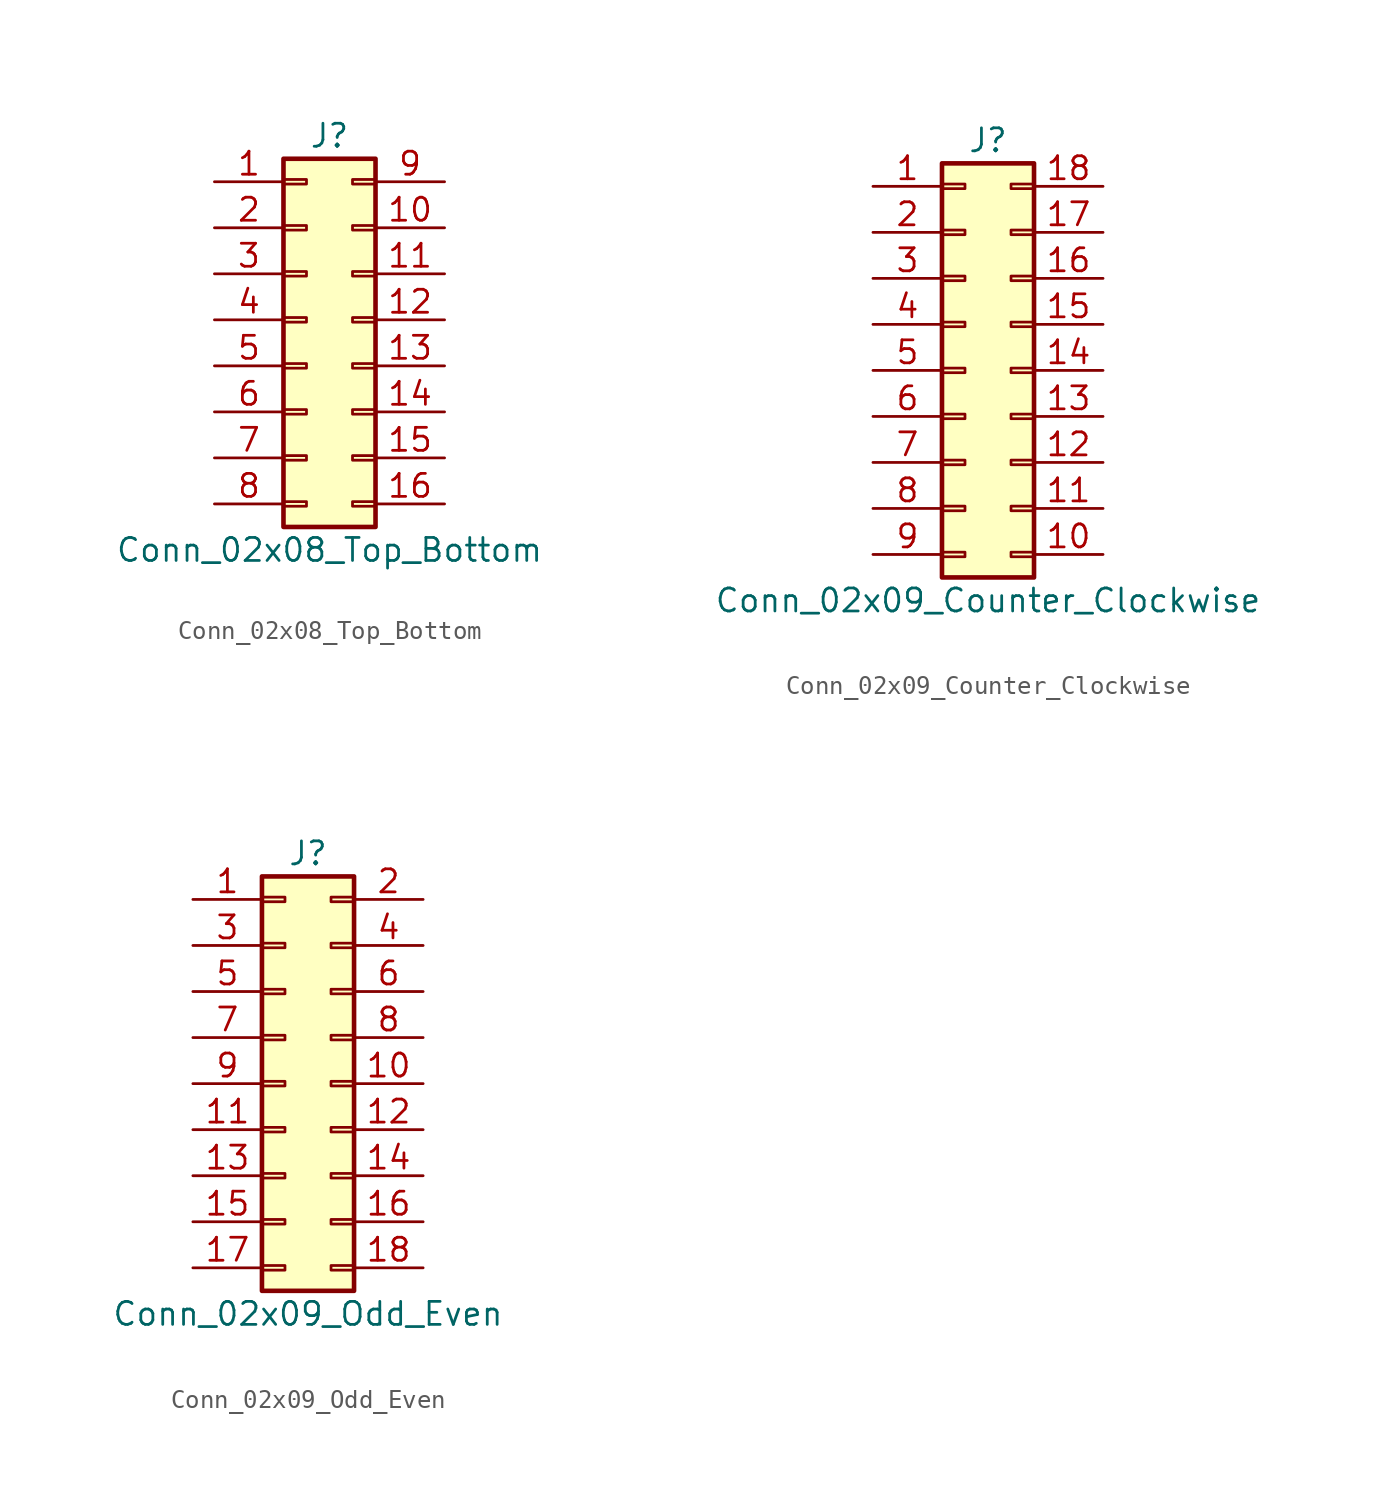
<source format=kicad_sym>
(kicad_symbol_lib
  (version 20220914)
  (generator kicad_symbol_editor)
  (symbol "Conn_02x08_Top_Bottom"
    (pin_names
      (offset 1.016) hide)
    (property "Reference" "J"
      (at 1.27 10.16 0)
      (effects (font (size 1.27 1.27))))
    (property "Value" "Conn_02x08_Top_Bottom"
      (at 1.27 -12.7 0)
      (effects (font (size 1.27 1.27))))
    (symbol "Conn_02x08_Top_Bottom_1_1"
      (rectangle (start -1.27 -10.033) (end 0 -10.287) (stroke (width 0.152) (type solid)) (fill (type none)))
      (rectangle (start -1.27 -7.493) (end 0 -7.747) (stroke (width 0.152) (type solid)) (fill (type none)))
      (rectangle (start -1.27 -4.953) (end 0 -5.207) (stroke (width 0.152) (type solid)) (fill (type none)))
      (rectangle (start -1.27 -2.413) (end 0 -2.667) (stroke (width 0.152) (type solid)) (fill (type none)))
      (rectangle (start -1.27 0.127) (end 0 -0.127) (stroke (width 0.152) (type solid)) (fill (type none)))
      (rectangle (start -1.27 2.667) (end 0 2.413) (stroke (width 0.152) (type solid)) (fill (type none)))
      (rectangle (start -1.27 5.207) (end 0 4.953) (stroke (width 0.152) (type solid)) (fill (type none)))
      (rectangle (start -1.27 7.747) (end 0 7.493) (stroke (width 0.152) (type solid)) (fill (type none)))
      (rectangle (start -1.27 8.89) (end 3.81 -11.43) (stroke (width 0.254) (type solid)) (fill (type background)))
      (rectangle (start 3.81 -10.033) (end 2.54 -10.287) (stroke (width 0.152) (type solid)) (fill (type none)))
      (rectangle (start 3.81 -7.493) (end 2.54 -7.747) (stroke (width 0.152) (type solid)) (fill (type none)))
      (rectangle (start 3.81 -4.953) (end 2.54 -5.207) (stroke (width 0.152) (type solid)) (fill (type none)))
      (rectangle (start 3.81 -2.413) (end 2.54 -2.667) (stroke (width 0.152) (type solid)) (fill (type none)))
      (rectangle (start 3.81 0.127) (end 2.54 -0.127) (stroke (width 0.152) (type solid)) (fill (type none)))
      (rectangle (start 3.81 2.667) (end 2.54 2.413) (stroke (width 0.152) (type solid)) (fill (type none)))
      (rectangle (start 3.81 5.207) (end 2.54 4.953) (stroke (width 0.152) (type solid)) (fill (type none)))
      (rectangle (start 3.81 7.747) (end 2.54 7.493) (stroke (width 0.152) (type solid)) (fill (type none)))
      (pin passive line (at -5.08 7.62 0) (length 3.81) (name "Pin_1" (effects (font (size 1.27 1.27)))) (number "1" (effects (font (size 1.27 1.27)))))
      (pin passive line (at 7.62 5.08 180) (length 3.81) (name "Pin_10" (effects (font (size 1.27 1.27)))) (number "10" (effects (font (size 1.27 1.27)))))
      (pin passive line (at 7.62 2.54 180) (length 3.81) (name "Pin_11" (effects (font (size 1.27 1.27)))) (number "11" (effects (font (size 1.27 1.27)))))
      (pin passive line (at 7.62 0 180) (length 3.81) (name "Pin_12" (effects (font (size 1.27 1.27)))) (number "12" (effects (font (size 1.27 1.27)))))
      (pin passive line (at 7.62 -2.54 180) (length 3.81) (name "Pin_13" (effects (font (size 1.27 1.27)))) (number "13" (effects (font (size 1.27 1.27)))))
      (pin passive line (at 7.62 -5.08 180) (length 3.81) (name "Pin_14" (effects (font (size 1.27 1.27)))) (number "14" (effects (font (size 1.27 1.27)))))
      (pin passive line (at 7.62 -7.62 180) (length 3.81) (name "Pin_15" (effects (font (size 1.27 1.27)))) (number "15" (effects (font (size 1.27 1.27)))))
      (pin passive line (at 7.62 -10.16 180) (length 3.81) (name "Pin_16" (effects (font (size 1.27 1.27)))) (number "16" (effects (font (size 1.27 1.27)))))
      (pin passive line (at -5.08 5.08 0) (length 3.81) (name "Pin_2" (effects (font (size 1.27 1.27)))) (number "2" (effects (font (size 1.27 1.27)))))
      (pin passive line (at -5.08 2.54 0) (length 3.81) (name "Pin_3" (effects (font (size 1.27 1.27)))) (number "3" (effects (font (size 1.27 1.27)))))
      (pin passive line (at -5.08 0 0) (length 3.81) (name "Pin_4" (effects (font (size 1.27 1.27)))) (number "4" (effects (font (size 1.27 1.27)))))
      (pin passive line (at -5.08 -2.54 0) (length 3.81) (name "Pin_5" (effects (font (size 1.27 1.27)))) (number "5" (effects (font (size 1.27 1.27)))))
      (pin passive line (at -5.08 -5.08 0) (length 3.81) (name "Pin_6" (effects (font (size 1.27 1.27)))) (number "6" (effects (font (size 1.27 1.27)))))
      (pin passive line (at -5.08 -7.62 0) (length 3.81) (name "Pin_7" (effects (font (size 1.27 1.27)))) (number "7" (effects (font (size 1.27 1.27)))))
      (pin passive line (at -5.08 -10.16 0) (length 3.81) (name "Pin_8" (effects (font (size 1.27 1.27)))) (number "8" (effects (font (size 1.27 1.27)))))
      (pin passive line (at 7.62 7.62 180) (length 3.81) (name "Pin_9" (effects (font (size 1.27 1.27)))) (number "9" (effects (font (size 1.27 1.27)))))))
  (symbol "Conn_02x09_Counter_Clockwise"
    (pin_names
      (offset 1.016) hide)
    (property "Reference" "J"
      (at 1.27 12.7 0)
      (effects (font (size 1.27 1.27))))
    (property "Value" "Conn_02x09_Counter_Clockwise"
      (at 1.27 -12.7 0)
      (effects (font (size 1.27 1.27))))
    (symbol "Conn_02x09_Counter_Clockwise_1_1"
      (rectangle (start -1.27 -10.033) (end 0 -10.287) (stroke (width 0.152) (type solid)) (fill (type none)))
      (rectangle (start -1.27 -7.493) (end 0 -7.747) (stroke (width 0.152) (type solid)) (fill (type none)))
      (rectangle (start -1.27 -4.953) (end 0 -5.207) (stroke (width 0.152) (type solid)) (fill (type none)))
      (rectangle (start -1.27 -2.413) (end 0 -2.667) (stroke (width 0.152) (type solid)) (fill (type none)))
      (rectangle (start -1.27 0.127) (end 0 -0.127) (stroke (width 0.152) (type solid)) (fill (type none)))
      (rectangle (start -1.27 2.667) (end 0 2.413) (stroke (width 0.152) (type solid)) (fill (type none)))
      (rectangle (start -1.27 5.207) (end 0 4.953) (stroke (width 0.152) (type solid)) (fill (type none)))
      (rectangle (start -1.27 7.747) (end 0 7.493) (stroke (width 0.152) (type solid)) (fill (type none)))
      (rectangle (start -1.27 10.287) (end 0 10.033) (stroke (width 0.152) (type solid)) (fill (type none)))
      (rectangle (start -1.27 11.43) (end 3.81 -11.43) (stroke (width 0.254) (type solid)) (fill (type background)))
      (rectangle (start 3.81 -10.033) (end 2.54 -10.287) (stroke (width 0.152) (type solid)) (fill (type none)))
      (rectangle (start 3.81 -7.493) (end 2.54 -7.747) (stroke (width 0.152) (type solid)) (fill (type none)))
      (rectangle (start 3.81 -4.953) (end 2.54 -5.207) (stroke (width 0.152) (type solid)) (fill (type none)))
      (rectangle (start 3.81 -2.413) (end 2.54 -2.667) (stroke (width 0.152) (type solid)) (fill (type none)))
      (rectangle (start 3.81 0.127) (end 2.54 -0.127) (stroke (width 0.152) (type solid)) (fill (type none)))
      (rectangle (start 3.81 2.667) (end 2.54 2.413) (stroke (width 0.152) (type solid)) (fill (type none)))
      (rectangle (start 3.81 5.207) (end 2.54 4.953) (stroke (width 0.152) (type solid)) (fill (type none)))
      (rectangle (start 3.81 7.747) (end 2.54 7.493) (stroke (width 0.152) (type solid)) (fill (type none)))
      (rectangle (start 3.81 10.287) (end 2.54 10.033) (stroke (width 0.152) (type solid)) (fill (type none)))
      (pin passive line (at -5.08 10.16 0) (length 3.81) (name "Pin_1" (effects (font (size 1.27 1.27)))) (number "1" (effects (font (size 1.27 1.27)))))
      (pin passive line (at 7.62 -10.16 180) (length 3.81) (name "Pin_10" (effects (font (size 1.27 1.27)))) (number "10" (effects (font (size 1.27 1.27)))))
      (pin passive line (at 7.62 -7.62 180) (length 3.81) (name "Pin_11" (effects (font (size 1.27 1.27)))) (number "11" (effects (font (size 1.27 1.27)))))
      (pin passive line (at 7.62 -5.08 180) (length 3.81) (name "Pin_12" (effects (font (size 1.27 1.27)))) (number "12" (effects (font (size 1.27 1.27)))))
      (pin passive line (at 7.62 -2.54 180) (length 3.81) (name "Pin_13" (effects (font (size 1.27 1.27)))) (number "13" (effects (font (size 1.27 1.27)))))
      (pin passive line (at 7.62 0 180) (length 3.81) (name "Pin_14" (effects (font (size 1.27 1.27)))) (number "14" (effects (font (size 1.27 1.27)))))
      (pin passive line (at 7.62 2.54 180) (length 3.81) (name "Pin_15" (effects (font (size 1.27 1.27)))) (number "15" (effects (font (size 1.27 1.27)))))
      (pin passive line (at 7.62 5.08 180) (length 3.81) (name "Pin_16" (effects (font (size 1.27 1.27)))) (number "16" (effects (font (size 1.27 1.27)))))
      (pin passive line (at 7.62 7.62 180) (length 3.81) (name "Pin_17" (effects (font (size 1.27 1.27)))) (number "17" (effects (font (size 1.27 1.27)))))
      (pin passive line (at 7.62 10.16 180) (length 3.81) (name "Pin_18" (effects (font (size 1.27 1.27)))) (number "18" (effects (font (size 1.27 1.27)))))
      (pin passive line (at -5.08 7.62 0) (length 3.81) (name "Pin_2" (effects (font (size 1.27 1.27)))) (number "2" (effects (font (size 1.27 1.27)))))
      (pin passive line (at -5.08 5.08 0) (length 3.81) (name "Pin_3" (effects (font (size 1.27 1.27)))) (number "3" (effects (font (size 1.27 1.27)))))
      (pin passive line (at -5.08 2.54 0) (length 3.81) (name "Pin_4" (effects (font (size 1.27 1.27)))) (number "4" (effects (font (size 1.27 1.27)))))
      (pin passive line (at -5.08 0 0) (length 3.81) (name "Pin_5" (effects (font (size 1.27 1.27)))) (number "5" (effects (font (size 1.27 1.27)))))
      (pin passive line (at -5.08 -2.54 0) (length 3.81) (name "Pin_6" (effects (font (size 1.27 1.27)))) (number "6" (effects (font (size 1.27 1.27)))))
      (pin passive line (at -5.08 -5.08 0) (length 3.81) (name "Pin_7" (effects (font (size 1.27 1.27)))) (number "7" (effects (font (size 1.27 1.27)))))
      (pin passive line (at -5.08 -7.62 0) (length 3.81) (name "Pin_8" (effects (font (size 1.27 1.27)))) (number "8" (effects (font (size 1.27 1.27)))))
      (pin passive line (at -5.08 -10.16 0) (length 3.81) (name "Pin_9" (effects (font (size 1.27 1.27)))) (number "9" (effects (font (size 1.27 1.27)))))))
  (symbol "Conn_02x09_Odd_Even"
    (pin_names
      (offset 1.016) hide)
    (property "Reference" "J"
      (at 1.27 12.7 0)
      (effects (font (size 1.27 1.27))))
    (property "Value" "Conn_02x09_Odd_Even"
      (at 1.27 -12.7 0)
      (effects (font (size 1.27 1.27))))
    (symbol "Conn_02x09_Odd_Even_1_1"
      (rectangle (start -1.27 -10.033) (end 0 -10.287) (stroke (width 0.152) (type solid)) (fill (type none)))
      (rectangle (start -1.27 -7.493) (end 0 -7.747) (stroke (width 0.152) (type solid)) (fill (type none)))
      (rectangle (start -1.27 -4.953) (end 0 -5.207) (stroke (width 0.152) (type solid)) (fill (type none)))
      (rectangle (start -1.27 -2.413) (end 0 -2.667) (stroke (width 0.152) (type solid)) (fill (type none)))
      (rectangle (start -1.27 0.127) (end 0 -0.127) (stroke (width 0.152) (type solid)) (fill (type none)))
      (rectangle (start -1.27 2.667) (end 0 2.413) (stroke (width 0.152) (type solid)) (fill (type none)))
      (rectangle (start -1.27 5.207) (end 0 4.953) (stroke (width 0.152) (type solid)) (fill (type none)))
      (rectangle (start -1.27 7.747) (end 0 7.493) (stroke (width 0.152) (type solid)) (fill (type none)))
      (rectangle (start -1.27 10.287) (end 0 10.033) (stroke (width 0.152) (type solid)) (fill (type none)))
      (rectangle (start -1.27 11.43) (end 3.81 -11.43) (stroke (width 0.254) (type solid)) (fill (type background)))
      (rectangle (start 3.81 -10.033) (end 2.54 -10.287) (stroke (width 0.152) (type solid)) (fill (type none)))
      (rectangle (start 3.81 -7.493) (end 2.54 -7.747) (stroke (width 0.152) (type solid)) (fill (type none)))
      (rectangle (start 3.81 -4.953) (end 2.54 -5.207) (stroke (width 0.152) (type solid)) (fill (type none)))
      (rectangle (start 3.81 -2.413) (end 2.54 -2.667) (stroke (width 0.152) (type solid)) (fill (type none)))
      (rectangle (start 3.81 0.127) (end 2.54 -0.127) (stroke (width 0.152) (type solid)) (fill (type none)))
      (rectangle (start 3.81 2.667) (end 2.54 2.413) (stroke (width 0.152) (type solid)) (fill (type none)))
      (rectangle (start 3.81 5.207) (end 2.54 4.953) (stroke (width 0.152) (type solid)) (fill (type none)))
      (rectangle (start 3.81 7.747) (end 2.54 7.493) (stroke (width 0.152) (type solid)) (fill (type none)))
      (rectangle (start 3.81 10.287) (end 2.54 10.033) (stroke (width 0.152) (type solid)) (fill (type none)))
      (pin passive line (at -5.08 10.16 0) (length 3.81) (name "Pin_1" (effects (font (size 1.27 1.27)))) (number "1" (effects (font (size 1.27 1.27)))))
      (pin passive line (at 7.62 0 180) (length 3.81) (name "Pin_10" (effects (font (size 1.27 1.27)))) (number "10" (effects (font (size 1.27 1.27)))))
      (pin passive line (at -5.08 -2.54 0) (length 3.81) (name "Pin_11" (effects (font (size 1.27 1.27)))) (number "11" (effects (font (size 1.27 1.27)))))
      (pin passive line (at 7.62 -2.54 180) (length 3.81) (name "Pin_12" (effects (font (size 1.27 1.27)))) (number "12" (effects (font (size 1.27 1.27)))))
      (pin passive line (at -5.08 -5.08 0) (length 3.81) (name "Pin_13" (effects (font (size 1.27 1.27)))) (number "13" (effects (font (size 1.27 1.27)))))
      (pin passive line (at 7.62 -5.08 180) (length 3.81) (name "Pin_14" (effects (font (size 1.27 1.27)))) (number "14" (effects (font (size 1.27 1.27)))))
      (pin passive line (at -5.08 -7.62 0) (length 3.81) (name "Pin_15" (effects (font (size 1.27 1.27)))) (number "15" (effects (font (size 1.27 1.27)))))
      (pin passive line (at 7.62 -7.62 180) (length 3.81) (name "Pin_16" (effects (font (size 1.27 1.27)))) (number "16" (effects (font (size 1.27 1.27)))))
      (pin passive line (at -5.08 -10.16 0) (length 3.81) (name "Pin_17" (effects (font (size 1.27 1.27)))) (number "17" (effects (font (size 1.27 1.27)))))
      (pin passive line (at 7.62 -10.16 180) (length 3.81) (name "Pin_18" (effects (font (size 1.27 1.27)))) (number "18" (effects (font (size 1.27 1.27)))))
      (pin passive line (at 7.62 10.16 180) (length 3.81) (name "Pin_2" (effects (font (size 1.27 1.27)))) (number "2" (effects (font (size 1.27 1.27)))))
      (pin passive line (at -5.08 7.62 0) (length 3.81) (name "Pin_3" (effects (font (size 1.27 1.27)))) (number "3" (effects (font (size 1.27 1.27)))))
      (pin passive line (at 7.62 7.62 180) (length 3.81) (name "Pin_4" (effects (font (size 1.27 1.27)))) (number "4" (effects (font (size 1.27 1.27)))))
      (pin passive line (at -5.08 5.08 0) (length 3.81) (name "Pin_5" (effects (font (size 1.27 1.27)))) (number "5" (effects (font (size 1.27 1.27)))))
      (pin passive line (at 7.62 5.08 180) (length 3.81) (name "Pin_6" (effects (font (size 1.27 1.27)))) (number "6" (effects (font (size 1.27 1.27)))))
      (pin passive line (at -5.08 2.54 0) (length 3.81) (name "Pin_7" (effects (font (size 1.27 1.27)))) (number "7" (effects (font (size 1.27 1.27)))))
      (pin passive line (at 7.62 2.54 180) (length 3.81) (name "Pin_8" (effects (font (size 1.27 1.27)))) (number "8" (effects (font (size 1.27 1.27)))))
      (pin passive line (at -5.08 0 0) (length 3.81) (name "Pin_9" (effects (font (size 1.27 1.27)))) (number "9" (effects (font (size 1.27 1.27))))))))
</source>
